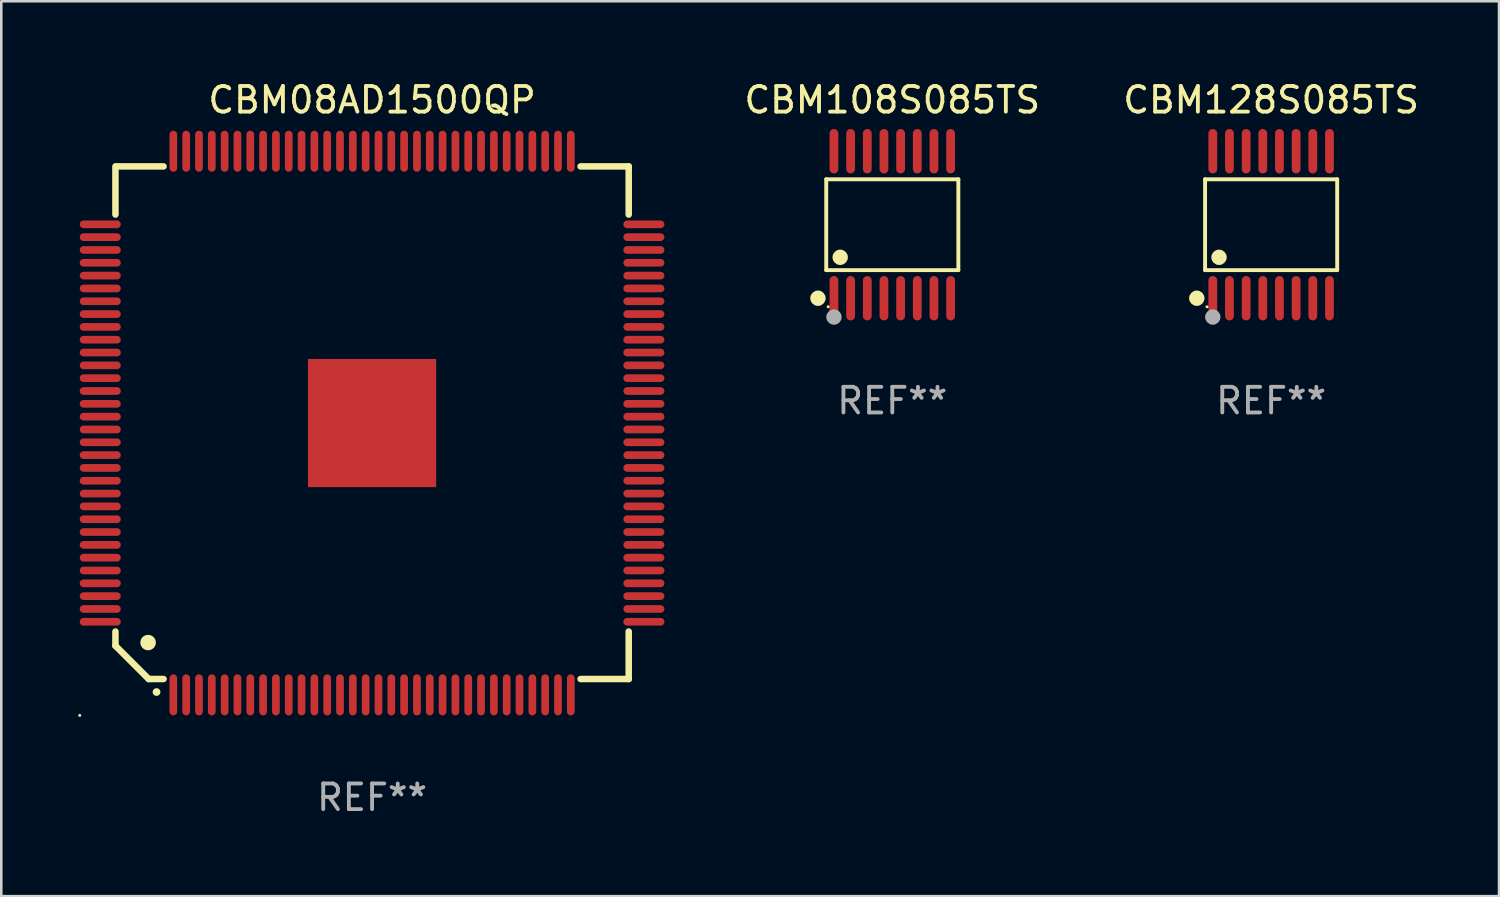
<source format=kicad_pcb>
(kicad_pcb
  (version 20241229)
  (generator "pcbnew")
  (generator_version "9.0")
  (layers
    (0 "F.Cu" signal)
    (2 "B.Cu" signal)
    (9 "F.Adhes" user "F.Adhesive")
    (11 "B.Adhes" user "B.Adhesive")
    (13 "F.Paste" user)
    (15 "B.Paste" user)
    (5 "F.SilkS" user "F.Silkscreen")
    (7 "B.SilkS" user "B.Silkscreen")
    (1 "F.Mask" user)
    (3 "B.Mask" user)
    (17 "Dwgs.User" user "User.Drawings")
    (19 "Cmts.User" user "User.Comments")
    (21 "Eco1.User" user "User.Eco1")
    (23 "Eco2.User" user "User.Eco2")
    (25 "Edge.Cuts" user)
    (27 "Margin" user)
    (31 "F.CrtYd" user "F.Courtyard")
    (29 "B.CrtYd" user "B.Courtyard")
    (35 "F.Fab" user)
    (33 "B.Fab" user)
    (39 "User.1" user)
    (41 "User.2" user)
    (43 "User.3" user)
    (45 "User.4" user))
  (footprint "CBM108S085TS"
    (layer "F.Cu")
    (at 31.747 5.714)
    (property "Reference" "CBM108S085TS" (at 0 -4.866 0) (layer "F.SilkS") (effects (font (size 1 1) (thickness 0.15))))
    (attr through_hole)
    (fp_line (start -2.576 -1.772) (end 2.576 -1.772) (stroke (width 0.152) (type solid)) (layer "F.SilkS"))
    (fp_line (start -2.576 1.771) (end -2.576 -1.772) (stroke (width 0.152) (type solid)) (layer "F.SilkS"))
    (fp_line (start 2.576 -1.772) (end 2.576 1.771) (stroke (width 0.152) (type solid)) (layer "F.SilkS"))
    (fp_line (start 2.576 1.771) (end -2.576 1.771) (stroke (width 0.152) (type solid)) (layer "F.SilkS"))
    (fp_circle (center -2.899 2.866) (end -2.749 2.866) (stroke (width 0.3) (type solid)) (fill no) (layer "F.SilkS"))
    (fp_circle (center -2.5 3.2) (end -2.47 3.2) (stroke (width 0.06) (type solid)) (fill no) (layer "F.SilkS"))
    (fp_circle (center -2.032 1.27) (end -1.882 1.27) (stroke (width 0.3) (type solid)) (fill no) (layer "F.SilkS"))
    (fp_circle (center -2.275 3.6) (end -2.125 3.6) (stroke (width 0.3) (type solid)) (fill no) (layer "F.Fab"))
    (fp_text user "REF**" (at 0 6.866 0) (layer "F.Fab") (effects (font (size 1 1) (thickness 0.15))))
    (pad "1" smd oval (at -2.275 2.866) (size 0.343 1.731) (layers "F.Cu" "F.Mask" "F.Paste"))
    (pad "2" smd oval (at -1.625 2.866) (size 0.343 1.731) (layers "F.Cu" "F.Mask" "F.Paste"))
    (pad "3" smd oval (at -0.975 2.866) (size 0.343 1.731) (layers "F.Cu" "F.Mask" "F.Paste"))
    (pad "4" smd oval (at -0.325 2.866) (size 0.343 1.731) (layers "F.Cu" "F.Mask" "F.Paste"))
    (pad "5" smd oval (at 0.325 2.866) (size 0.343 1.731) (layers "F.Cu" "F.Mask" "F.Paste"))
    (pad "6" smd oval (at 0.975 2.866) (size 0.343 1.731) (layers "F.Cu" "F.Mask" "F.Paste"))
    (pad "7" smd oval (at 1.625 2.866) (size 0.343 1.731) (layers "F.Cu" "F.Mask" "F.Paste"))
    (pad "8" smd oval (at 2.275 2.866) (size 0.343 1.731) (layers "F.Cu" "F.Mask" "F.Paste"))
    (pad "9" smd oval (at 2.275 -2.866) (size 0.343 1.731) (layers "F.Cu" "F.Mask" "F.Paste"))
    (pad "10" smd oval (at 1.625 -2.866) (size 0.343 1.731) (layers "F.Cu" "F.Mask" "F.Paste"))
    (pad "11" smd oval (at 0.975 -2.866) (size 0.343 1.731) (layers "F.Cu" "F.Mask" "F.Paste"))
    (pad "12" smd oval (at 0.325 -2.866) (size 0.343 1.731) (layers "F.Cu" "F.Mask" "F.Paste"))
    (pad "13" smd oval (at -0.325 -2.866) (size 0.343 1.731) (layers "F.Cu" "F.Mask" "F.Paste"))
    (pad "14" smd oval (at -0.975 -2.866) (size 0.343 1.731) (layers "F.Cu" "F.Mask" "F.Paste"))
    (pad "15" smd oval (at -1.625 -2.866) (size 0.343 1.731) (layers "F.Cu" "F.Mask" "F.Paste"))
    (pad "16" smd oval (at -2.275 -2.866) (size 0.343 1.731) (layers "F.Cu" "F.Mask" "F.Paste")))
  (footprint "CBM08AD1500QP"
    (layer "F.Cu")
    (at 11.46 13.448)
    (property "Reference" "CBM08AD1500QP" (at 0 -12.6 0) (layer "F.SilkS") (effects (font (size 1 1) (thickness 0.15))))
    (attr through_hole)
    (fp_line (start -10.008 -10.008) (end -10.008 -8.131) (stroke (width 0.254) (type solid)) (layer "F.SilkS"))
    (fp_line (start -10.008 8.131) (end -10.008 8.687) (stroke (width 0.254) (type solid)) (layer "F.SilkS"))
    (fp_line (start -10.008 8.687) (end -8.712 9.982) (stroke (width 0.254) (type solid)) (layer "F.SilkS"))
    (fp_line (start -8.712 9.982) (end -8.131 9.982) (stroke (width 0.254) (type solid)) (layer "F.SilkS"))
    (fp_line (start -8.131 -10.008) (end -9.982 -10.008) (stroke (width 0.254) (type solid)) (layer "F.SilkS"))
    (fp_line (start 8.131 9.982) (end 10.008 9.982) (stroke (width 0.254) (type solid)) (layer "F.SilkS"))
    (fp_line (start 10.008 -10.008) (end 8.131 -10.008) (stroke (width 0.254) (type solid)) (layer "F.SilkS"))
    (fp_line (start 10.008 -8.131) (end 10.008 -10.008) (stroke (width 0.254) (type solid)) (layer "F.SilkS"))
    (fp_line (start 10.008 9.982) (end 10.008 8.131) (stroke (width 0.254) (type solid)) (layer "F.SilkS"))
    (fp_arc (start -8.737617 8.559817) (mid -8.735077 8.559806) (end -8.732537 8.559817) (stroke (width 0.6) (type solid)) (layer "F.SilkS"))
    (fp_arc (start -8.407417 10.490221) (mid -8.406147 10.490216) (end -8.404877 10.490221) (stroke (width 0.3) (type solid)) (layer "F.SilkS"))
    (fp_circle (center -11.4 11.4) (end -11.37 11.4) (stroke (width 0.06) (type solid)) (fill no) (layer "F.SilkS"))
    (fp_text user "REF**" (at 0 14.6 0) (layer "F.Fab") (effects (font (size 1 1) (thickness 0.15))))
    (pad "1" smd oval (at -7.75 10.6) (size 0.3 1.6) (layers "F.Cu" "F.Mask" "F.Paste"))
    (pad "2" smd oval (at -7.25 10.6) (size 0.3 1.6) (layers "F.Cu" "F.Mask" "F.Paste"))
    (pad "3" smd oval (at -6.75 10.6) (size 0.3 1.6) (layers "F.Cu" "F.Mask" "F.Paste"))
    (pad "4" smd oval (at -6.25 10.6) (size 0.3 1.6) (layers "F.Cu" "F.Mask" "F.Paste"))
    (pad "5" smd oval (at -5.75 10.6) (size 0.3 1.6) (layers "F.Cu" "F.Mask" "F.Paste"))
    (pad "6" smd oval (at -5.25 10.6) (size 0.3 1.6) (layers "F.Cu" "F.Mask" "F.Paste"))
    (pad "7" smd oval (at -4.75 10.6) (size 0.3 1.6) (layers "F.Cu" "F.Mask" "F.Paste"))
    (pad "8" smd oval (at -4.25 10.6) (size 0.3 1.6) (layers "F.Cu" "F.Mask" "F.Paste"))
    (pad "9" smd oval (at -3.75 10.6) (size 0.3 1.6) (layers "F.Cu" "F.Mask" "F.Paste"))
    (pad "10" smd oval (at -3.25 10.6) (size 0.3 1.6) (layers "F.Cu" "F.Mask" "F.Paste"))
    (pad "11" smd oval (at -2.75 10.6) (size 0.3 1.6) (layers "F.Cu" "F.Mask" "F.Paste"))
    (pad "12" smd oval (at -2.25 10.6) (size 0.3 1.6) (layers "F.Cu" "F.Mask" "F.Paste"))
    (pad "13" smd oval (at -1.75 10.6) (size 0.3 1.6) (layers "F.Cu" "F.Mask" "F.Paste"))
    (pad "14" smd oval (at -1.25 10.6) (size 0.3 1.6) (layers "F.Cu" "F.Mask" "F.Paste"))
    (pad "15" smd oval (at -0.75 10.6) (size 0.3 1.6) (layers "F.Cu" "F.Mask" "F.Paste"))
    (pad "16" smd oval (at -0.25 10.6) (size 0.3 1.6) (layers "F.Cu" "F.Mask" "F.Paste"))
    (pad "17" smd oval (at 0.25 10.6) (size 0.3 1.6) (layers "F.Cu" "F.Mask" "F.Paste"))
    (pad "18" smd oval (at 0.75 10.6) (size 0.3 1.6) (layers "F.Cu" "F.Mask" "F.Paste"))
    (pad "19" smd oval (at 1.25 10.6) (size 0.3 1.6) (layers "F.Cu" "F.Mask" "F.Paste"))
    (pad "20" smd oval (at 1.75 10.6) (size 0.3 1.6) (layers "F.Cu" "F.Mask" "F.Paste"))
    (pad "21" smd oval (at 2.25 10.6) (size 0.3 1.6) (layers "F.Cu" "F.Mask" "F.Paste"))
    (pad "22" smd oval (at 2.75 10.6) (size 0.3 1.6) (layers "F.Cu" "F.Mask" "F.Paste"))
    (pad "23" smd oval (at 3.25 10.6) (size 0.3 1.6) (layers "F.Cu" "F.Mask" "F.Paste"))
    (pad "24" smd oval (at 3.75 10.6) (size 0.3 1.6) (layers "F.Cu" "F.Mask" "F.Paste"))
    (pad "25" smd oval (at 4.25 10.6) (size 0.3 1.6) (layers "F.Cu" "F.Mask" "F.Paste"))
    (pad "26" smd oval (at 4.75 10.6) (size 0.3 1.6) (layers "F.Cu" "F.Mask" "F.Paste"))
    (pad "27" smd oval (at 5.25 10.6) (size 0.3 1.6) (layers "F.Cu" "F.Mask" "F.Paste"))
    (pad "28" smd oval (at 5.75 10.6) (size 0.3 1.6) (layers "F.Cu" "F.Mask" "F.Paste"))
    (pad "29" smd oval (at 6.25 10.6) (size 0.3 1.6) (layers "F.Cu" "F.Mask" "F.Paste"))
    (pad "30" smd oval (at 6.75 10.6) (size 0.3 1.6) (layers "F.Cu" "F.Mask" "F.Paste"))
    (pad "31" smd oval (at 7.25 10.6) (size 0.3 1.6) (layers "F.Cu" "F.Mask" "F.Paste"))
    (pad "32" smd oval (at 7.75 10.6) (size 0.3 1.6) (layers "F.Cu" "F.Mask" "F.Paste"))
    (pad "33" smd oval (at 10.6 7.75 270) (size 0.3 1.6) (layers "F.Cu" "F.Mask" "F.Paste"))
    (pad "34" smd oval (at 10.6 7.25 270) (size 0.3 1.6) (layers "F.Cu" "F.Mask" "F.Paste"))
    (pad "35" smd oval (at 10.6 6.75 270) (size 0.3 1.6) (layers "F.Cu" "F.Mask" "F.Paste"))
    (pad "36" smd oval (at 10.6 6.25 270) (size 0.3 1.6) (layers "F.Cu" "F.Mask" "F.Paste"))
    (pad "37" smd oval (at 10.6 5.75 270) (size 0.3 1.6) (layers "F.Cu" "F.Mask" "F.Paste"))
    (pad "38" smd oval (at 10.6 5.25 270) (size 0.3 1.6) (layers "F.Cu" "F.Mask" "F.Paste"))
    (pad "39" smd oval (at 10.6 4.75 270) (size 0.3 1.6) (layers "F.Cu" "F.Mask" "F.Paste"))
    (pad "40" smd oval (at 10.6 4.25 270) (size 0.3 1.6) (layers "F.Cu" "F.Mask" "F.Paste"))
    (pad "41" smd oval (at 10.6 3.75 270) (size 0.3 1.6) (layers "F.Cu" "F.Mask" "F.Paste"))
    (pad "42" smd oval (at 10.6 3.25 270) (size 0.3 1.6) (layers "F.Cu" "F.Mask" "F.Paste"))
    (pad "43" smd oval (at 10.6 2.75 270) (size 0.3 1.6) (layers "F.Cu" "F.Mask" "F.Paste"))
    (pad "44" smd oval (at 10.6 2.25 270) (size 0.3 1.6) (layers "F.Cu" "F.Mask" "F.Paste"))
    (pad "45" smd oval (at 10.6 1.75 270) (size 0.3 1.6) (layers "F.Cu" "F.Mask" "F.Paste"))
    (pad "46" smd oval (at 10.6 1.25 270) (size 0.3 1.6) (layers "F.Cu" "F.Mask" "F.Paste"))
    (pad "47" smd oval (at 10.6 0.75 270) (size 0.3 1.6) (layers "F.Cu" "F.Mask" "F.Paste"))
    (pad "48" smd oval (at 10.6 0.25 270) (size 0.3 1.6) (layers "F.Cu" "F.Mask" "F.Paste"))
    (pad "49" smd oval (at 10.6 -0.25 270) (size 0.3 1.6) (layers "F.Cu" "F.Mask" "F.Paste"))
    (pad "50" smd oval (at 10.6 -0.75 270) (size 0.3 1.6) (layers "F.Cu" "F.Mask" "F.Paste"))
    (pad "51" smd oval (at 10.6 -1.25 270) (size 0.3 1.6) (layers "F.Cu" "F.Mask" "F.Paste"))
    (pad "52" smd oval (at 10.6 -1.75 270) (size 0.3 1.6) (layers "F.Cu" "F.Mask" "F.Paste"))
    (pad "53" smd oval (at 10.6 -2.25 270) (size 0.3 1.6) (layers "F.Cu" "F.Mask" "F.Paste"))
    (pad "54" smd oval (at 10.6 -2.75 270) (size 0.3 1.6) (layers "F.Cu" "F.Mask" "F.Paste"))
    (pad "55" smd oval (at 10.6 -3.25 270) (size 0.3 1.6) (layers "F.Cu" "F.Mask" "F.Paste"))
    (pad "56" smd oval (at 10.6 -3.75 270) (size 0.3 1.6) (layers "F.Cu" "F.Mask" "F.Paste"))
    (pad "57" smd oval (at 10.6 -4.25 270) (size 0.3 1.6) (layers "F.Cu" "F.Mask" "F.Paste"))
    (pad "58" smd oval (at 10.6 -4.75 270) (size 0.3 1.6) (layers "F.Cu" "F.Mask" "F.Paste"))
    (pad "59" smd oval (at 10.6 -5.25 270) (size 0.3 1.6) (layers "F.Cu" "F.Mask" "F.Paste"))
    (pad "60" smd oval (at 10.6 -5.75 270) (size 0.3 1.6) (layers "F.Cu" "F.Mask" "F.Paste"))
    (pad "61" smd oval (at 10.6 -6.25 270) (size 0.3 1.6) (layers "F.Cu" "F.Mask" "F.Paste"))
    (pad "62" smd oval (at 10.6 -6.75 270) (size 0.3 1.6) (layers "F.Cu" "F.Mask" "F.Paste"))
    (pad "63" smd oval (at 10.6 -7.25 270) (size 0.3 1.6) (layers "F.Cu" "F.Mask" "F.Paste"))
    (pad "64" smd oval (at 10.6 -7.75 270) (size 0.3 1.6) (layers "F.Cu" "F.Mask" "F.Paste"))
    (pad "65" smd oval (at 7.75 -10.6) (size 0.3 1.6) (layers "F.Cu" "F.Mask" "F.Paste"))
    (pad "66" smd oval (at 7.25 -10.6) (size 0.3 1.6) (layers "F.Cu" "F.Mask" "F.Paste"))
    (pad "67" smd oval (at 6.75 -10.6) (size 0.3 1.6) (layers "F.Cu" "F.Mask" "F.Paste"))
    (pad "68" smd oval (at 6.25 -10.6) (size 0.3 1.6) (layers "F.Cu" "F.Mask" "F.Paste"))
    (pad "69" smd oval (at 5.75 -10.6) (size 0.3 1.6) (layers "F.Cu" "F.Mask" "F.Paste"))
    (pad "70" smd oval (at 5.25 -10.6) (size 0.3 1.6) (layers "F.Cu" "F.Mask" "F.Paste"))
    (pad "71" smd oval (at 4.75 -10.6) (size 0.3 1.6) (layers "F.Cu" "F.Mask" "F.Paste"))
    (pad "72" smd oval (at 4.25 -10.6) (size 0.3 1.6) (layers "F.Cu" "F.Mask" "F.Paste"))
    (pad "73" smd oval (at 3.75 -10.6) (size 0.3 1.6) (layers "F.Cu" "F.Mask" "F.Paste"))
    (pad "74" smd oval (at 3.25 -10.6) (size 0.3 1.6) (layers "F.Cu" "F.Mask" "F.Paste"))
    (pad "75" smd oval (at 2.75 -10.6) (size 0.3 1.6) (layers "F.Cu" "F.Mask" "F.Paste"))
    (pad "76" smd oval (at 2.25 -10.6) (size 0.3 1.6) (layers "F.Cu" "F.Mask" "F.Paste"))
    (pad "77" smd oval (at 1.75 -10.6) (size 0.3 1.6) (layers "F.Cu" "F.Mask" "F.Paste"))
    (pad "78" smd oval (at 1.25 -10.6) (size 0.3 1.6) (layers "F.Cu" "F.Mask" "F.Paste"))
    (pad "79" smd oval (at 0.75 -10.6) (size 0.3 1.6) (layers "F.Cu" "F.Mask" "F.Paste"))
    (pad "80" smd oval (at 0.25 -10.6) (size 0.3 1.6) (layers "F.Cu" "F.Mask" "F.Paste"))
    (pad "81" smd oval (at -0.25 -10.6) (size 0.3 1.6) (layers "F.Cu" "F.Mask" "F.Paste"))
    (pad "82" smd oval (at -0.75 -10.6) (size 0.3 1.6) (layers "F.Cu" "F.Mask" "F.Paste"))
    (pad "83" smd oval (at -1.25 -10.6) (size 0.3 1.6) (layers "F.Cu" "F.Mask" "F.Paste"))
    (pad "84" smd oval (at -1.75 -10.6) (size 0.3 1.6) (layers "F.Cu" "F.Mask" "F.Paste"))
    (pad "85" smd oval (at -2.25 -10.6) (size 0.3 1.6) (layers "F.Cu" "F.Mask" "F.Paste"))
    (pad "86" smd oval (at -2.75 -10.6) (size 0.3 1.6) (layers "F.Cu" "F.Mask" "F.Paste"))
    (pad "87" smd oval (at -3.25 -10.6) (size 0.3 1.6) (layers "F.Cu" "F.Mask" "F.Paste"))
    (pad "88" smd oval (at -3.75 -10.6) (size 0.3 1.6) (layers "F.Cu" "F.Mask" "F.Paste"))
    (pad "89" smd oval (at -4.25 -10.6) (size 0.3 1.6) (layers "F.Cu" "F.Mask" "F.Paste"))
    (pad "90" smd oval (at -4.75 -10.6) (size 0.3 1.6) (layers "F.Cu" "F.Mask" "F.Paste"))
    (pad "91" smd oval (at -5.25 -10.6) (size 0.3 1.6) (layers "F.Cu" "F.Mask" "F.Paste"))
    (pad "92" smd oval (at -5.75 -10.6) (size 0.3 1.6) (layers "F.Cu" "F.Mask" "F.Paste"))
    (pad "93" smd oval (at -6.25 -10.6) (size 0.3 1.6) (layers "F.Cu" "F.Mask" "F.Paste"))
    (pad "94" smd oval (at -6.75 -10.6) (size 0.3 1.6) (layers "F.Cu" "F.Mask" "F.Paste"))
    (pad "95" smd oval (at -7.25 -10.6) (size 0.3 1.6) (layers "F.Cu" "F.Mask" "F.Paste"))
    (pad "96" smd oval (at -7.75 -10.6) (size 0.3 1.6) (layers "F.Cu" "F.Mask" "F.Paste"))
    (pad "97" smd oval (at -10.6 -7.75 270) (size 0.3 1.6) (layers "F.Cu" "F.Mask" "F.Paste"))
    (pad "98" smd oval (at -10.6 -7.25 270) (size 0.3 1.6) (layers "F.Cu" "F.Mask" "F.Paste"))
    (pad "99" smd oval (at -10.6 -6.75 270) (size 0.3 1.6) (layers "F.Cu" "F.Mask" "F.Paste"))
    (pad "100" smd oval (at -10.6 -6.25 270) (size 0.3 1.6) (layers "F.Cu" "F.Mask" "F.Paste"))
    (pad "101" smd oval (at -10.6 -5.75 270) (size 0.3 1.6) (layers "F.Cu" "F.Mask" "F.Paste"))
    (pad "102" smd oval (at -10.6 -5.25 270) (size 0.3 1.6) (layers "F.Cu" "F.Mask" "F.Paste"))
    (pad "103" smd oval (at -10.6 -4.75 270) (size 0.3 1.6) (layers "F.Cu" "F.Mask" "F.Paste"))
    (pad "104" smd oval (at -10.6 -4.25 270) (size 0.3 1.6) (layers "F.Cu" "F.Mask" "F.Paste"))
    (pad "105" smd oval (at -10.6 -3.75 270) (size 0.3 1.6) (layers "F.Cu" "F.Mask" "F.Paste"))
    (pad "106" smd oval (at -10.6 -3.25 270) (size 0.3 1.6) (layers "F.Cu" "F.Mask" "F.Paste"))
    (pad "107" smd oval (at -10.6 -2.75 270) (size 0.3 1.6) (layers "F.Cu" "F.Mask" "F.Paste"))
    (pad "108" smd oval (at -10.6 -2.25 270) (size 0.3 1.6) (layers "F.Cu" "F.Mask" "F.Paste"))
    (pad "109" smd oval (at -10.6 -1.75 270) (size 0.3 1.6) (layers "F.Cu" "F.Mask" "F.Paste"))
    (pad "110" smd oval (at -10.6 -1.25 270) (size 0.3 1.6) (layers "F.Cu" "F.Mask" "F.Paste"))
    (pad "111" smd oval (at -10.6 -0.75 270) (size 0.3 1.6) (layers "F.Cu" "F.Mask" "F.Paste"))
    (pad "112" smd oval (at -10.6 -0.25 270) (size 0.3 1.6) (layers "F.Cu" "F.Mask" "F.Paste"))
    (pad "113" smd oval (at -10.6 0.25 270) (size 0.3 1.6) (layers "F.Cu" "F.Mask" "F.Paste"))
    (pad "114" smd oval (at -10.6 0.75 270) (size 0.3 1.6) (layers "F.Cu" "F.Mask" "F.Paste"))
    (pad "115" smd oval (at -10.6 1.25 270) (size 0.3 1.6) (layers "F.Cu" "F.Mask" "F.Paste"))
    (pad "116" smd oval (at -10.6 1.75 270) (size 0.3 1.6) (layers "F.Cu" "F.Mask" "F.Paste"))
    (pad "117" smd oval (at -10.6 2.25 270) (size 0.3 1.6) (layers "F.Cu" "F.Mask" "F.Paste"))
    (pad "118" smd oval (at -10.6 2.75 270) (size 0.3 1.6) (layers "F.Cu" "F.Mask" "F.Paste"))
    (pad "119" smd oval (at -10.6 3.25 270) (size 0.3 1.6) (layers "F.Cu" "F.Mask" "F.Paste"))
    (pad "120" smd oval (at -10.6 3.75 270) (size 0.3 1.6) (layers "F.Cu" "F.Mask" "F.Paste"))
    (pad "121" smd oval (at -10.6 4.25 270) (size 0.3 1.6) (layers "F.Cu" "F.Mask" "F.Paste"))
    (pad "122" smd oval (at -10.6 4.75 270) (size 0.3 1.6) (layers "F.Cu" "F.Mask" "F.Paste"))
    (pad "123" smd oval (at -10.6 5.25 270) (size 0.3 1.6) (layers "F.Cu" "F.Mask" "F.Paste"))
    (pad "124" smd oval (at -10.6 5.75 270) (size 0.3 1.6) (layers "F.Cu" "F.Mask" "F.Paste"))
    (pad "125" smd oval (at -10.6 6.25 270) (size 0.3 1.6) (layers "F.Cu" "F.Mask" "F.Paste"))
    (pad "126" smd oval (at -10.6 6.75 270) (size 0.3 1.6) (layers "F.Cu" "F.Mask" "F.Paste"))
    (pad "127" smd oval (at -10.6 7.25 270) (size 0.3 1.6) (layers "F.Cu" "F.Mask" "F.Paste"))
    (pad "128" smd oval (at -10.6 7.75 270) (size 0.3 1.6) (layers "F.Cu" "F.Mask" "F.Paste"))
    (pad "129" smd rect (at 0 0) (size 5 5) (layers "F.Cu" "F.Mask" "F.Paste")))
  (footprint "CBM128S085TS"
    (layer "F.Cu")
    (at 46.521 5.714)
    (property "Reference" "CBM128S085TS" (at 0 -4.866 0) (layer "F.SilkS") (effects (font (size 1 1) (thickness 0.15))))
    (attr through_hole)
    (fp_line (start -2.576 -1.772) (end 2.576 -1.772) (stroke (width 0.152) (type solid)) (layer "F.SilkS"))
    (fp_line (start -2.576 1.771) (end -2.576 -1.772) (stroke (width 0.152) (type solid)) (layer "F.SilkS"))
    (fp_line (start 2.576 -1.772) (end 2.576 1.771) (stroke (width 0.152) (type solid)) (layer "F.SilkS"))
    (fp_line (start 2.576 1.771) (end -2.576 1.771) (stroke (width 0.152) (type solid)) (layer "F.SilkS"))
    (fp_circle (center -2.899 2.866) (end -2.749 2.866) (stroke (width 0.3) (type solid)) (fill no) (layer "F.SilkS"))
    (fp_circle (center -2.5 3.2) (end -2.47 3.2) (stroke (width 0.06) (type solid)) (fill no) (layer "F.SilkS"))
    (fp_circle (center -2.032 1.27) (end -1.882 1.27) (stroke (width 0.3) (type solid)) (fill no) (layer "F.SilkS"))
    (fp_circle (center -2.275 3.6) (end -2.125 3.6) (stroke (width 0.3) (type solid)) (fill no) (layer "F.Fab"))
    (fp_text user "REF**" (at 0 6.866 0) (layer "F.Fab") (effects (font (size 1 1) (thickness 0.15))))
    (pad "1" smd oval (at -2.275 2.866) (size 0.343 1.731) (layers "F.Cu" "F.Mask" "F.Paste"))
    (pad "2" smd oval (at -1.625 2.866) (size 0.343 1.731) (layers "F.Cu" "F.Mask" "F.Paste"))
    (pad "3" smd oval (at -0.975 2.866) (size 0.343 1.731) (layers "F.Cu" "F.Mask" "F.Paste"))
    (pad "4" smd oval (at -0.325 2.866) (size 0.343 1.731) (layers "F.Cu" "F.Mask" "F.Paste"))
    (pad "5" smd oval (at 0.325 2.866) (size 0.343 1.731) (layers "F.Cu" "F.Mask" "F.Paste"))
    (pad "6" smd oval (at 0.975 2.866) (size 0.343 1.731) (layers "F.Cu" "F.Mask" "F.Paste"))
    (pad "7" smd oval (at 1.625 2.866) (size 0.343 1.731) (layers "F.Cu" "F.Mask" "F.Paste"))
    (pad "8" smd oval (at 2.275 2.866) (size 0.343 1.731) (layers "F.Cu" "F.Mask" "F.Paste"))
    (pad "9" smd oval (at 2.275 -2.866) (size 0.343 1.731) (layers "F.Cu" "F.Mask" "F.Paste"))
    (pad "10" smd oval (at 1.625 -2.866) (size 0.343 1.731) (layers "F.Cu" "F.Mask" "F.Paste"))
    (pad "11" smd oval (at 0.975 -2.866) (size 0.343 1.731) (layers "F.Cu" "F.Mask" "F.Paste"))
    (pad "12" smd oval (at 0.325 -2.866) (size 0.343 1.731) (layers "F.Cu" "F.Mask" "F.Paste"))
    (pad "13" smd oval (at -0.325 -2.866) (size 0.343 1.731) (layers "F.Cu" "F.Mask" "F.Paste"))
    (pad "14" smd oval (at -0.975 -2.866) (size 0.343 1.731) (layers "F.Cu" "F.Mask" "F.Paste"))
    (pad "15" smd oval (at -1.625 -2.866) (size 0.343 1.731) (layers "F.Cu" "F.Mask" "F.Paste"))
    (pad "16" smd oval (at -2.275 -2.866) (size 0.343 1.731) (layers "F.Cu" "F.Mask" "F.Paste")))
  (gr_rect
    (start -3 -3)
    (end 55.408 31.897)
    (stroke (width 0.1) (type default))
    (fill no)
    (layer "Edge.Cuts")))
</source>
